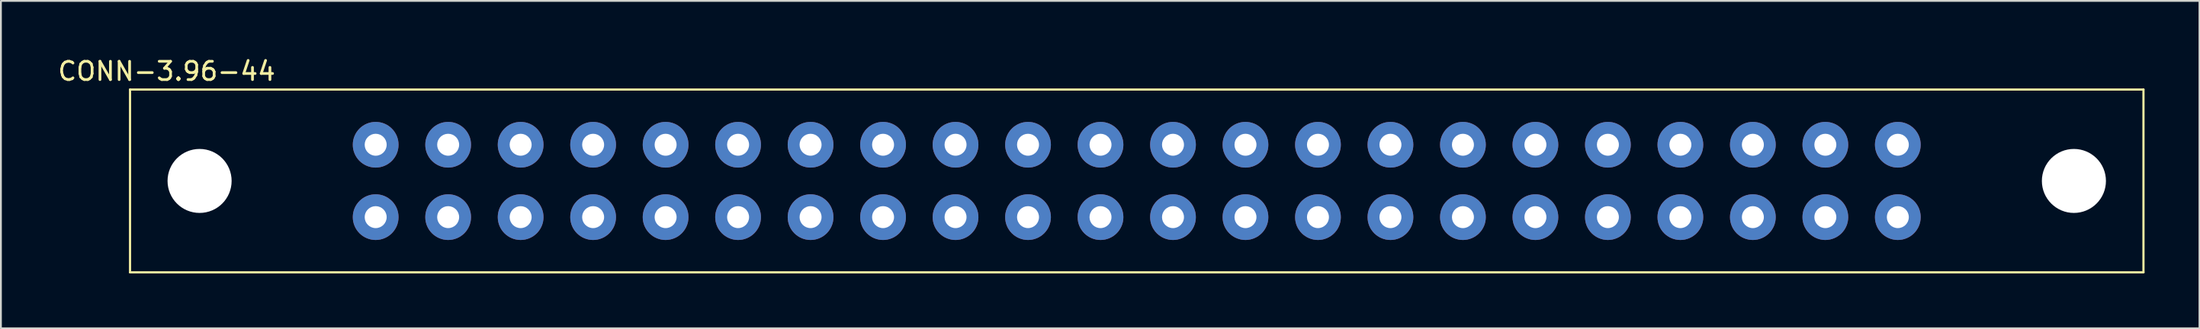
<source format=kicad_pcb>
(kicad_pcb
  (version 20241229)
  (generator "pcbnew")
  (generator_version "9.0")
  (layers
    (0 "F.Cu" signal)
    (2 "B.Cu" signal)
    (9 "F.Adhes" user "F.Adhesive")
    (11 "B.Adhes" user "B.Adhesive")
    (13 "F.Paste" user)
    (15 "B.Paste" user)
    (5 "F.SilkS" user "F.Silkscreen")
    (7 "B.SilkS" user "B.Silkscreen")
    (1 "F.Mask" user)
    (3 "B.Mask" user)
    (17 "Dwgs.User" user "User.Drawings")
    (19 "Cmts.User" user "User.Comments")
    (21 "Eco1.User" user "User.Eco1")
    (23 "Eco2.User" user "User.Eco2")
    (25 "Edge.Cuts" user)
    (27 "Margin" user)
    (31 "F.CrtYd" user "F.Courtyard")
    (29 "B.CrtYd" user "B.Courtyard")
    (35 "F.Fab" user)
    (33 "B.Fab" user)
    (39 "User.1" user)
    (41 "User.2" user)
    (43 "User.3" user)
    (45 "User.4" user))
  (footprint "CONN-3.96-44"
    (layer "F.Cu")
    (at 59.054 6.848)
    (property "Reference" "CONN-3.96-44" (at -53 -6 180) (layer "F.SilkS") (effects (font (size 1 1) (thickness 0.15))))
    (attr through_hole)
    (fp_line (start -55 -5) (end -55 5) (stroke (width 0.12) (type solid)) (layer "F.SilkS"))
    (fp_line (start -55 5) (end 55 5) (stroke (width 0.12) (type solid)) (layer "F.SilkS"))
    (fp_line (start 55 -5) (end -55 -5) (stroke (width 0.12) (type solid)) (layer "F.SilkS"))
    (fp_line (start 55 5) (end 55 -5) (stroke (width 0.12) (type solid)) (layer "F.SilkS"))
    (pad "" np_thru_hole circle (at -51.2 0) (size 3.5 3.5) (drill 3.5) (layers "*.Cu" "*.Mask"))
    (pad "" np_thru_hole circle (at 51.2 0) (size 3.5 3.5) (drill 3.5) (layers "*.Cu" "*.Mask"))
    (pad "1" thru_hole circle (at -41.58 1.98) (size 2.5 2.5) (drill 1.2) (layers "*.Cu" "*.Mask"))
    (pad "2" thru_hole circle (at -41.58 -1.98) (size 2.5 2.5) (drill 1.2) (layers "*.Cu" "*.Mask"))
    (pad "3" thru_hole circle (at -37.62 1.98) (size 2.5 2.5) (drill 1.2) (layers "*.Cu" "*.Mask"))
    (pad "4" thru_hole circle (at -37.62 -1.98) (size 2.5 2.5) (drill 1.2) (layers "*.Cu" "*.Mask"))
    (pad "5" thru_hole circle (at -33.66 1.98) (size 2.5 2.5) (drill 1.2) (layers "*.Cu" "*.Mask"))
    (pad "6" thru_hole circle (at -33.66 -1.98) (size 2.5 2.5) (drill 1.2) (layers "*.Cu" "*.Mask"))
    (pad "7" thru_hole circle (at -29.7 1.98) (size 2.5 2.5) (drill 1.2) (layers "*.Cu" "*.Mask"))
    (pad "8" thru_hole circle (at -29.7 -1.98) (size 2.5 2.5) (drill 1.2) (layers "*.Cu" "*.Mask"))
    (pad "9" thru_hole circle (at -25.74 1.98) (size 2.5 2.5) (drill 1.2) (layers "*.Cu" "*.Mask"))
    (pad "10" thru_hole circle (at -25.74 -1.98) (size 2.5 2.5) (drill 1.2) (layers "*.Cu" "*.Mask"))
    (pad "11" thru_hole circle (at -21.78 1.98) (size 2.5 2.5) (drill 1.2) (layers "*.Cu" "*.Mask"))
    (pad "12" thru_hole circle (at -21.78 -1.98) (size 2.5 2.5) (drill 1.2) (layers "*.Cu" "*.Mask"))
    (pad "13" thru_hole circle (at -17.82 1.98) (size 2.5 2.5) (drill 1.2) (layers "*.Cu" "*.Mask"))
    (pad "14" thru_hole circle (at -17.82 -1.98) (size 2.5 2.5) (drill 1.2) (layers "*.Cu" "*.Mask"))
    (pad "15" thru_hole circle (at -13.86 1.98) (size 2.5 2.5) (drill 1.2) (layers "*.Cu" "*.Mask"))
    (pad "16" thru_hole circle (at -13.86 -1.98) (size 2.5 2.5) (drill 1.2) (layers "*.Cu" "*.Mask"))
    (pad "17" thru_hole circle (at -9.9 1.98) (size 2.5 2.5) (drill 1.2) (layers "*.Cu" "*.Mask"))
    (pad "18" thru_hole circle (at -9.9 -1.98) (size 2.5 2.5) (drill 1.2) (layers "*.Cu" "*.Mask"))
    (pad "19" thru_hole circle (at -5.94 1.98) (size 2.5 2.5) (drill 1.2) (layers "*.Cu" "*.Mask"))
    (pad "20" thru_hole circle (at -5.94 -1.98) (size 2.5 2.5) (drill 1.2) (layers "*.Cu" "*.Mask"))
    (pad "21" thru_hole circle (at -1.98 1.98) (size 2.5 2.5) (drill 1.2) (layers "*.Cu" "*.Mask"))
    (pad "22" thru_hole circle (at -1.98 -1.98) (size 2.5 2.5) (drill 1.2) (layers "*.Cu" "*.Mask"))
    (pad "23" thru_hole circle (at 1.98 1.98) (size 2.5 2.5) (drill 1.2) (layers "*.Cu" "*.Mask"))
    (pad "24" thru_hole circle (at 1.98 -1.98) (size 2.5 2.5) (drill 1.2) (layers "*.Cu" "*.Mask"))
    (pad "25" thru_hole circle (at 5.94 1.98) (size 2.5 2.5) (drill 1.2) (layers "*.Cu" "*.Mask"))
    (pad "26" thru_hole circle (at 5.94 -1.98) (size 2.5 2.5) (drill 1.2) (layers "*.Cu" "*.Mask"))
    (pad "27" thru_hole circle (at 9.9 1.98) (size 2.5 2.5) (drill 1.2) (layers "*.Cu" "*.Mask"))
    (pad "28" thru_hole circle (at 9.9 -1.98) (size 2.5 2.5) (drill 1.2) (layers "*.Cu" "*.Mask"))
    (pad "29" thru_hole circle (at 13.86 1.98) (size 2.5 2.5) (drill 1.2) (layers "*.Cu" "*.Mask"))
    (pad "30" thru_hole circle (at 13.86 -1.98) (size 2.5 2.5) (drill 1.2) (layers "*.Cu" "*.Mask"))
    (pad "31" thru_hole circle (at 17.82 1.98) (size 2.5 2.5) (drill 1.2) (layers "*.Cu" "*.Mask"))
    (pad "32" thru_hole circle (at 17.82 -1.98) (size 2.5 2.5) (drill 1.2) (layers "*.Cu" "*.Mask"))
    (pad "33" thru_hole circle (at 21.78 1.98) (size 2.5 2.5) (drill 1.2) (layers "*.Cu" "*.Mask"))
    (pad "34" thru_hole circle (at 21.78 -1.98) (size 2.5 2.5) (drill 1.2) (layers "*.Cu" "*.Mask"))
    (pad "35" thru_hole circle (at 25.74 1.98) (size 2.5 2.5) (drill 1.2) (layers "*.Cu" "*.Mask"))
    (pad "36" thru_hole circle (at 25.74 -1.98) (size 2.5 2.5) (drill 1.2) (layers "*.Cu" "*.Mask"))
    (pad "37" thru_hole circle (at 29.7 1.98) (size 2.5 2.5) (drill 1.2) (layers "*.Cu" "*.Mask"))
    (pad "38" thru_hole circle (at 29.7 -1.98) (size 2.5 2.5) (drill 1.2) (layers "*.Cu" "*.Mask"))
    (pad "39" thru_hole circle (at 33.66 1.98) (size 2.5 2.5) (drill 1.2) (layers "*.Cu" "*.Mask"))
    (pad "40" thru_hole circle (at 33.66 -1.98) (size 2.5 2.5) (drill 1.2) (layers "*.Cu" "*.Mask"))
    (pad "41" thru_hole circle (at 37.62 1.98) (size 2.5 2.5) (drill 1.2) (layers "*.Cu" "*.Mask"))
    (pad "42" thru_hole circle (at 37.62 -1.98) (size 2.5 2.5) (drill 1.2) (layers "*.Cu" "*.Mask"))
    (pad "43" thru_hole circle (at 41.58 1.98) (size 2.5 2.5) (drill 1.2) (layers "*.Cu" "*.Mask"))
    (pad "44" thru_hole circle (at 41.58 -1.98) (size 2.5 2.5) (drill 1.2) (layers "*.Cu" "*.Mask")))
  (gr_rect
    (start -3 -3)
    (end 117.114 14.908)
    (stroke (width 0.1) (type default))
    (fill no)
    (layer "Edge.Cuts")))
</source>
